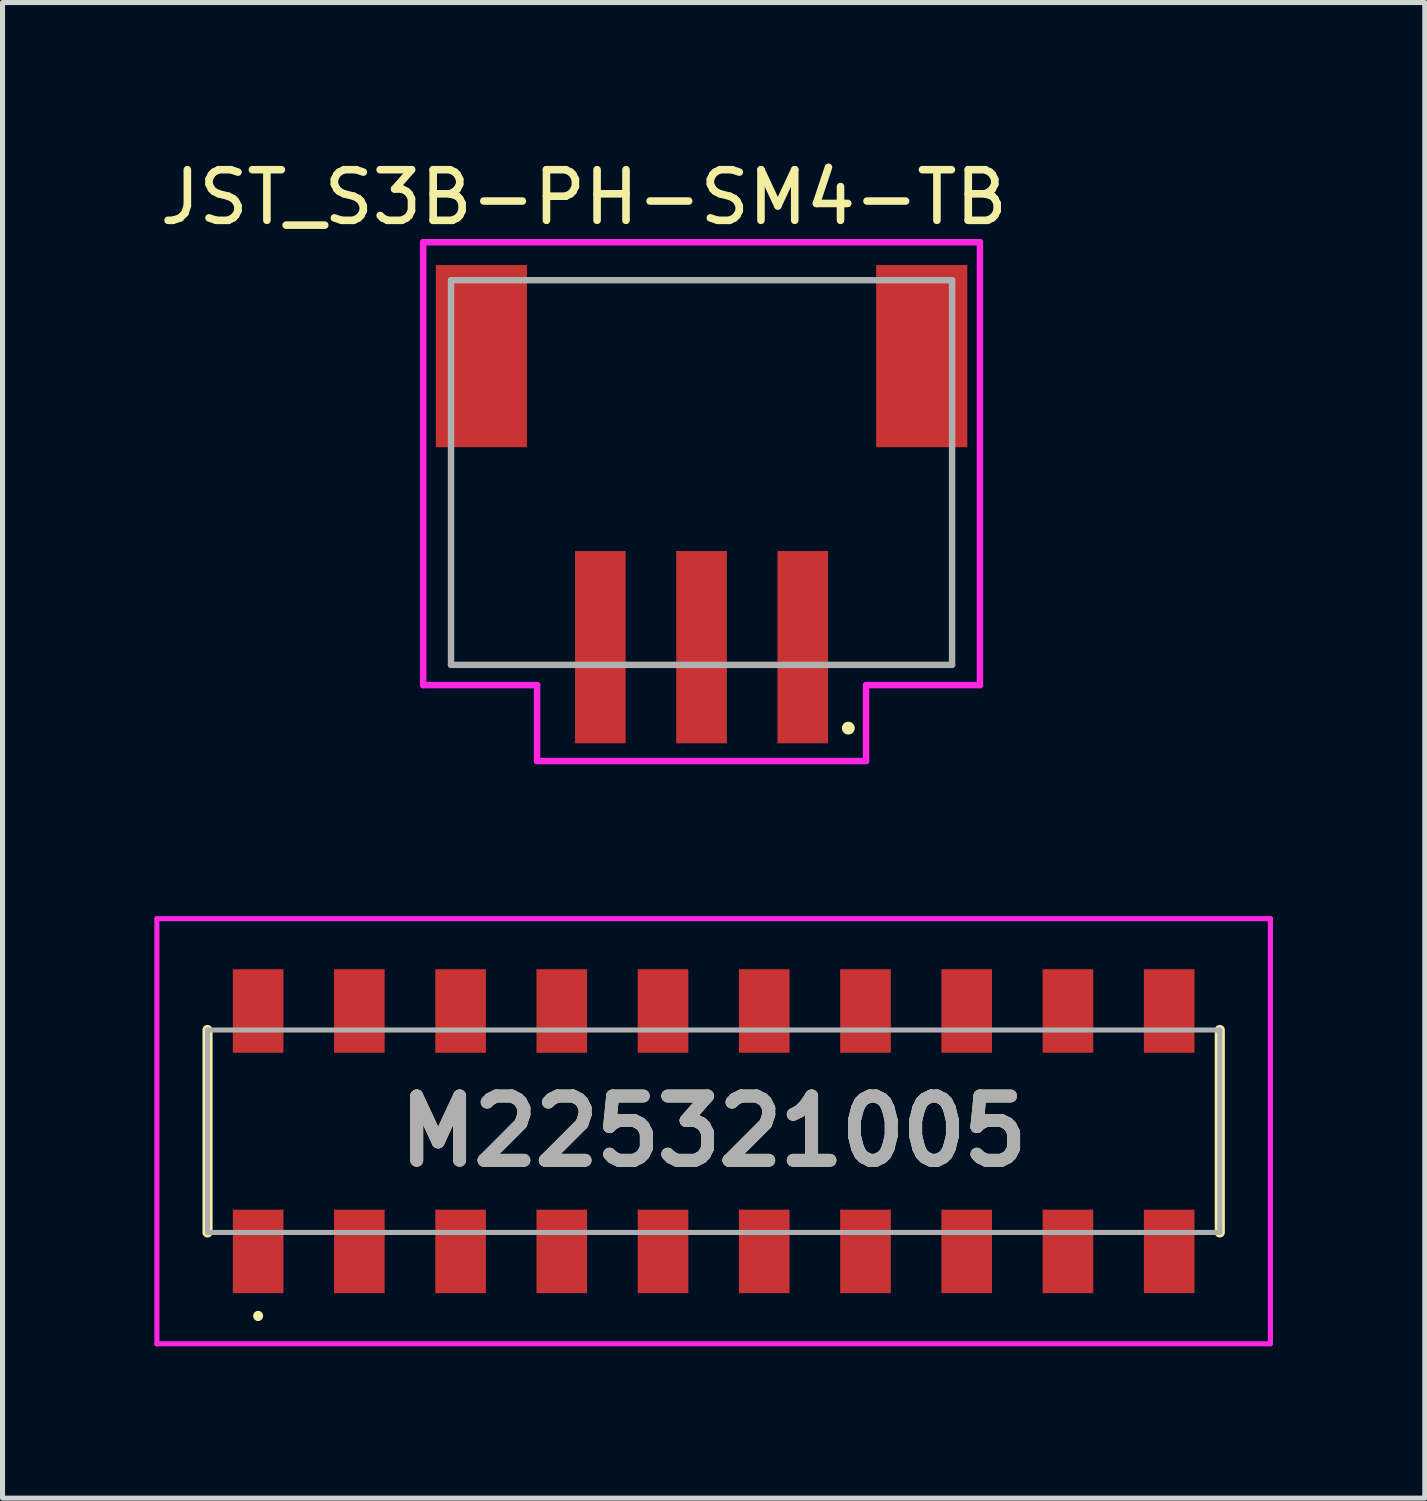
<source format=kicad_pcb>
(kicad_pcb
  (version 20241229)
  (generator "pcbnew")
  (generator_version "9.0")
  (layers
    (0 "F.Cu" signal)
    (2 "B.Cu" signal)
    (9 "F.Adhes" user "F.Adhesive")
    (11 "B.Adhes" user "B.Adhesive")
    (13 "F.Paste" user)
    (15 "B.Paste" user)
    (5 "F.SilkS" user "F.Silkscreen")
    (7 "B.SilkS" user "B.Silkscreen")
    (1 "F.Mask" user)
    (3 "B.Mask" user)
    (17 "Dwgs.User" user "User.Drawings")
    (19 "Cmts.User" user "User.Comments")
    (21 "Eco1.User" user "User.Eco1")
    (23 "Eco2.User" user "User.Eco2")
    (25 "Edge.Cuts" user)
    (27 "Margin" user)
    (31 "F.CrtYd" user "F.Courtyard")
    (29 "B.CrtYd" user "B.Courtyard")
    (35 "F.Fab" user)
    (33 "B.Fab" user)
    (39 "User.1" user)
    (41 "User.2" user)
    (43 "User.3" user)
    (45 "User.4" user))
  (footprint "JST_S3B-PH-SM4-TB"
    (layer "F.Cu")
    (at 10.811 9.736)
    (property "Reference" "JST_S3B-PH-SM4-TB" (at -2.326 -8.888 0) (layer "F.SilkS") (effects (font (size 1 1) (thickness 0.15))))
    (attr smd)
    (fp_circle (center 2.9 1.6) (end 3.027 1.6) (stroke (width 0) (type solid)) (fill yes) (layer "F.SilkS"))
    (fp_line (start -5.5 -8) (end 5.5 -8) (stroke (width 0.127) (type solid)) (layer "F.CrtYd"))
    (fp_line (start -5.5 0.75) (end -5.5 -8) (stroke (width 0.127) (type solid)) (layer "F.CrtYd"))
    (fp_line (start -3.25 0.75) (end -5.5 0.75) (stroke (width 0.127) (type solid)) (layer "F.CrtYd"))
    (fp_line (start -3.25 2.25) (end -3.25 0.75) (stroke (width 0.127) (type solid)) (layer "F.CrtYd"))
    (fp_line (start 3.25 0.75) (end 3.25 2.25) (stroke (width 0.127) (type solid)) (layer "F.CrtYd"))
    (fp_line (start 3.25 2.25) (end -3.25 2.25) (stroke (width 0.127) (type solid)) (layer "F.CrtYd"))
    (fp_line (start 5.5 -8) (end 5.5 0.75) (stroke (width 0.127) (type solid)) (layer "F.CrtYd"))
    (fp_line (start 5.5 0.75) (end 3.25 0.75) (stroke (width 0.127) (type solid)) (layer "F.CrtYd"))
    (fp_line (start -4.95 -7.25) (end -4.95 0.35) (stroke (width 0.127) (type solid)) (layer "F.Fab"))
    (fp_line (start -4.95 0.35) (end 4.95 0.35) (stroke (width 0.127) (type solid)) (layer "F.Fab"))
    (fp_line (start 4.95 -7.25) (end -4.95 -7.25) (stroke (width 0.127) (type solid)) (layer "F.Fab"))
    (fp_line (start 4.95 0.35) (end 4.95 -7.25) (stroke (width 0.127) (type solid)) (layer "F.Fab"))
    (pad "1" smd rect (at 2 0) (size 1 3.8) (layers "F.Cu" "F.Mask" "F.Paste"))
    (pad "2" smd rect (at 0 0) (size 1 3.8) (layers "F.Cu" "F.Mask" "F.Paste"))
    (pad "3" smd rect (at -2 0) (size 1 3.8) (layers "F.Cu" "F.Mask" "F.Paste"))
    (pad "MP" smd rect (at -4.35 -5.75) (size 1.8 3.6) (layers "F.Cu" "F.Mask" "F.Paste"))
    (pad "MP" smd rect (at 4.35 -5.75) (size 1.8 3.6) (layers "F.Cu" "F.Mask" "F.Paste")))
  (footprint "M225321005"
    (layer "F.Cu")
    (at 11.05 19.3)
    (property "Reference" "M225321005" (at 0 0 0) (layer "F.SilkS") (effects (font (size 1.27 1.27) (thickness 0.254))))
    (attr smd)
    (fp_line (start -10 -2) (end -10 2) (stroke (width 0.2) (type solid)) (layer "F.SilkS"))
    (fp_line (start -9 3.6) (end -9 3.6) (stroke (width 0.1) (type solid)) (layer "F.SilkS"))
    (fp_line (start -9 3.7) (end -9 3.7) (stroke (width 0.1) (type solid)) (layer "F.SilkS"))
    (fp_line (start 10 2) (end 10 -2) (stroke (width 0.2) (type solid)) (layer "F.SilkS"))
    (fp_arc (start -9 3.6) (mid -8.95 3.65) (end -9 3.7) (stroke (width 0.1) (type solid)) (layer "F.SilkS"))
    (fp_arc (start -9 3.7) (mid -9.05 3.65) (end -9 3.6) (stroke (width 0.1) (type solid)) (layer "F.SilkS"))
    (fp_line (start -11 -4.2) (end 11 -4.2) (stroke (width 0.1) (type solid)) (layer "F.CrtYd"))
    (fp_line (start -11 4.2) (end -11 -4.2) (stroke (width 0.1) (type solid)) (layer "F.CrtYd"))
    (fp_line (start 11 -4.2) (end 11 4.2) (stroke (width 0.1) (type solid)) (layer "F.CrtYd"))
    (fp_line (start 11 4.2) (end -11 4.2) (stroke (width 0.1) (type solid)) (layer "F.CrtYd"))
    (fp_line (start -10 -2) (end 10 -2) (stroke (width 0.1) (type solid)) (layer "F.Fab"))
    (fp_line (start -10 2) (end -10 -2) (stroke (width 0.1) (type solid)) (layer "F.Fab"))
    (fp_line (start 10 -2) (end 10 2) (stroke (width 0.1) (type solid)) (layer "F.Fab"))
    (fp_line (start 10 2) (end -10 2) (stroke (width 0.1) (type solid)) (layer "F.Fab"))
    (fp_text user "${REFERENCE}" (at 0 0 0) (layer "F.Fab") (effects (font (size 1.27 1.27) (thickness 0.254))))
    (pad "1" smd rect (at -9 2.375) (size 1 1.65) (layers "F.Cu" "F.Mask" "F.Paste"))
    (pad "2" smd rect (at -9 -2.375) (size 1 1.65) (layers "F.Cu" "F.Mask" "F.Paste"))
    (pad "3" smd rect (at -7 2.375) (size 1 1.65) (layers "F.Cu" "F.Mask" "F.Paste"))
    (pad "4" smd rect (at -7 -2.375) (size 1 1.65) (layers "F.Cu" "F.Mask" "F.Paste"))
    (pad "5" smd rect (at -5 2.375) (size 1 1.65) (layers "F.Cu" "F.Mask" "F.Paste"))
    (pad "6" smd rect (at -5 -2.375) (size 1 1.65) (layers "F.Cu" "F.Mask" "F.Paste"))
    (pad "7" smd rect (at -3 2.375) (size 1 1.65) (layers "F.Cu" "F.Mask" "F.Paste"))
    (pad "8" smd rect (at -3 -2.375) (size 1 1.65) (layers "F.Cu" "F.Mask" "F.Paste"))
    (pad "9" smd rect (at -1 2.375) (size 1 1.65) (layers "F.Cu" "F.Mask" "F.Paste"))
    (pad "10" smd rect (at -1 -2.375) (size 1 1.65) (layers "F.Cu" "F.Mask" "F.Paste"))
    (pad "11" smd rect (at 1 2.375) (size 1 1.65) (layers "F.Cu" "F.Mask" "F.Paste"))
    (pad "12" smd rect (at 1 -2.375) (size 1 1.65) (layers "F.Cu" "F.Mask" "F.Paste"))
    (pad "13" smd rect (at 3 2.375) (size 1 1.65) (layers "F.Cu" "F.Mask" "F.Paste"))
    (pad "14" smd rect (at 3 -2.375) (size 1 1.65) (layers "F.Cu" "F.Mask" "F.Paste"))
    (pad "15" smd rect (at 5 2.375) (size 1 1.65) (layers "F.Cu" "F.Mask" "F.Paste"))
    (pad "16" smd rect (at 5 -2.375) (size 1 1.65) (layers "F.Cu" "F.Mask" "F.Paste"))
    (pad "17" smd rect (at 7 2.375) (size 1 1.65) (layers "F.Cu" "F.Mask" "F.Paste"))
    (pad "18" smd rect (at 7 -2.375) (size 1 1.65) (layers "F.Cu" "F.Mask" "F.Paste"))
    (pad "19" smd rect (at 9 2.375) (size 1 1.65) (layers "F.Cu" "F.Mask" "F.Paste"))
    (pad "20" smd rect (at 9 -2.375) (size 1 1.65) (layers "F.Cu" "F.Mask" "F.Paste")))
  (gr_rect
    (start -3 -3)
    (end 25.1 26.55)
    (stroke (width 0.1) (type default))
    (fill no)
    (layer "Edge.Cuts")))
</source>
